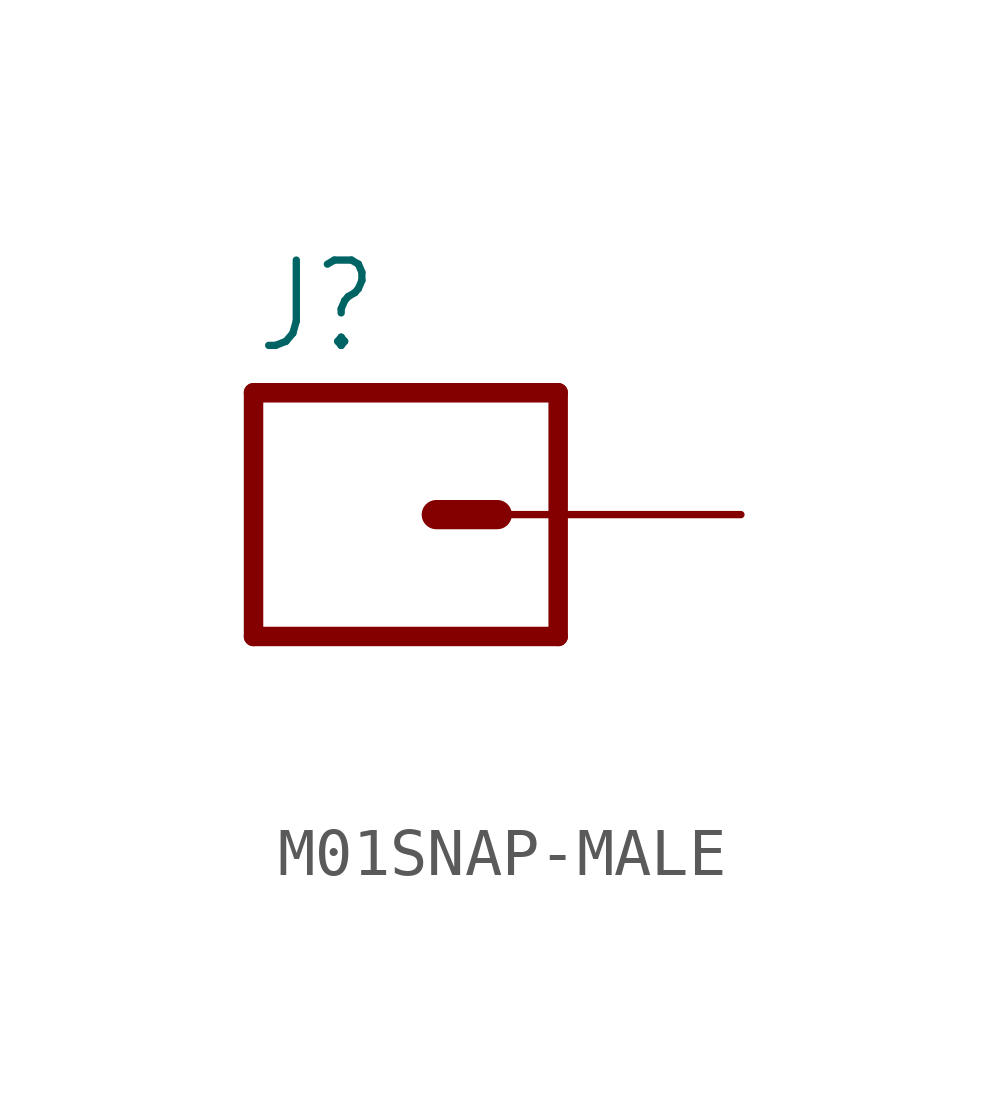
<source format=kicad_sym>
(kicad_symbol_lib
  (version 20231120)
  (generator "kicad_symbol_editor")
  (generator_version "8.0")
  (symbol "M01SNAP-MALE"
    (property "Reference" "J"
      (at -2.54 3.302 0)
      (effects (font (size 1.778 1.511)) (justify left bottom)))
    (property "Value" ""
      (at -2.54 -5.08 0)
      (effects (font (size 1.778 1.511)) (justify left bottom)))
    (property "ki_locked" ""
      (at 0 0 0)
      (effects (font (size 1.27 1.27))))
    (symbol "M01SNAP-MALE_1_0"
      (polyline (pts (xy -2.54 2.54) (xy -2.54 -2.54)) (stroke (width 0.406) (type solid)) (fill (type none)))
      (polyline (pts (xy -2.54 2.54) (xy 3.81 2.54)) (stroke (width 0.406) (type solid)) (fill (type none)))
      (polyline (pts (xy 1.27 0) (xy 2.54 0)) (stroke (width 0.61) (type solid)) (fill (type none)))
      (polyline (pts (xy 3.81 -2.54) (xy -2.54 -2.54)) (stroke (width 0.406) (type solid)) (fill (type none)))
      (polyline (pts (xy 3.81 -2.54) (xy 3.81 2.54)) (stroke (width 0.406) (type solid)) (fill (type none)))
      (pin passive line (at 7.62 0 180) (length 5.08) (name "1" (effects (font (size 0 0)))) (number "2" (effects (font (size 0 0))))))))
</source>
